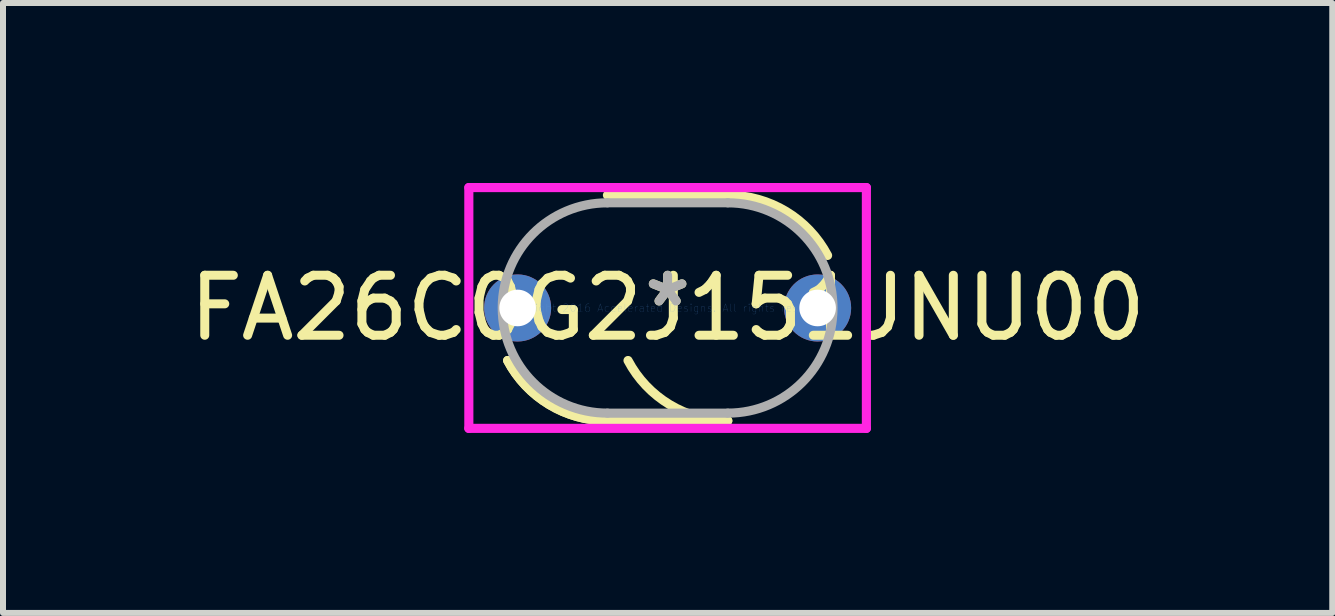
<source format=kicad_pcb>
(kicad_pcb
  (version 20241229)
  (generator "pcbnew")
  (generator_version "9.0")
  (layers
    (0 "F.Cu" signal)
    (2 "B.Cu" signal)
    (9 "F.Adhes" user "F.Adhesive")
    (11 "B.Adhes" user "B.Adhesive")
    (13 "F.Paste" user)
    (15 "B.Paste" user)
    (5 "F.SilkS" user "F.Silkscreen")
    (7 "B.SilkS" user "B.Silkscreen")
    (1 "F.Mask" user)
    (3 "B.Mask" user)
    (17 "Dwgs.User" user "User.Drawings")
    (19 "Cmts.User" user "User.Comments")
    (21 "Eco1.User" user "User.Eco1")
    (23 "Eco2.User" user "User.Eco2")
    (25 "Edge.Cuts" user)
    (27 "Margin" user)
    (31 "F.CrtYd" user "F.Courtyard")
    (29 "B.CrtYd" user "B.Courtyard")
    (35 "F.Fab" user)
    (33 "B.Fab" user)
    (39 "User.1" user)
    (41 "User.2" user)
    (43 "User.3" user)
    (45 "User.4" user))
  (footprint "FA26C0G2J151JNU00"
    (layer "F.Cu")
    (at 8.077 2.083)
    (property "Reference" "FA26C0G2J151JNU00" (at 0 0 0) (layer "F.SilkS") (effects (font (size 1 1) (thickness 0.15))))
    (attr through_hole)
    (fp_line (start -1.003 -1.88) (end 1.003 -1.88) (stroke (width 0.152) (type solid)) (layer "F.SilkS"))
    (fp_line (start -1.003 1.88) (end 1.003 1.88) (stroke (width 0.152) (type solid)) (layer "F.SilkS"))
    (fp_arc (start -1.0033 1.8796) (mid -1.974532 1.609225) (end -2.666346 0.875884) (stroke (width 0.1524) (type solid)) (layer "F.SilkS"))
    (fp_arc (start -1.0033 1.8796) (mid -1.974532 1.609225) (end -2.666346 0.875885) (stroke (width 0.1524) (type solid)) (layer "F.SilkS"))
    (fp_arc (start 1.0033 -1.8796) (mid 1.974532 -1.609225) (end 2.666346 -0.875884) (stroke (width 0.1524) (type solid)) (layer "F.SilkS"))
    (fp_arc (start 1.0033 1.8796) (mid 0.032068 1.609225) (end -0.659746 0.875884) (stroke (width 0.1524) (type solid)) (layer "F.SilkS"))
    (fp_line (start -3.313 -2.007) (end 3.313 -2.007) (stroke (width 0.152) (type solid)) (layer "F.CrtYd"))
    (fp_line (start -3.313 2.007) (end -3.313 -2.007) (stroke (width 0.152) (type solid)) (layer "F.CrtYd"))
    (fp_line (start 3.313 -2.007) (end 3.313 2.007) (stroke (width 0.152) (type solid)) (layer "F.CrtYd"))
    (fp_line (start 3.313 2.007) (end -3.313 2.007) (stroke (width 0.152) (type solid)) (layer "F.CrtYd"))
    (fp_line (start -1.003 -1.753) (end 1.003 -1.753) (stroke (width 0.152) (type solid)) (layer "F.Fab"))
    (fp_line (start -1.003 1.753) (end 1.003 1.753) (stroke (width 0.152) (type solid)) (layer "F.Fab"))
    (fp_arc (start -1.0033 1.7526) (mid -2.7559 0) (end -1.0033 -1.7526) (stroke (width 0.1524) (type solid)) (layer "F.Fab"))
    (fp_arc (start 1.0033 -1.7526) (mid 2.7559 0) (end 1.0033 1.7526) (stroke (width 0.1524) (type solid)) (layer "F.Fab"))
    (fp_text user "*" (at 0 0 0) (layer "F.SilkS") (effects (font (size 1 1) (thickness 0.15))))
    (fp_text user "Copyright 2016 Accelerated Designs. All rights reserved." (at 0 0 0) (layer "Cmts.User") (effects (font (size 0.127 0.127) (thickness 0.002))))
    (fp_text user "*" (at 0 0 0) (layer "F.Fab") (effects (font (size 1 1) (thickness 0.15))))
    (pad "1" thru_hole circle (at -2.5 0) (size 1.118 1.118) (drill 0.61) (layers "*.Cu" "*.Mask"))
    (pad "2" thru_hole circle (at 2.5 0) (size 1.118 1.118) (drill 0.61) (layers "*.Cu" "*.Mask")))
  (gr_rect
    (start -3 -3)
    (end 19.155 7.166)
    (stroke (width 0.1) (type default))
    (fill no)
    (layer "Edge.Cuts")))
</source>
